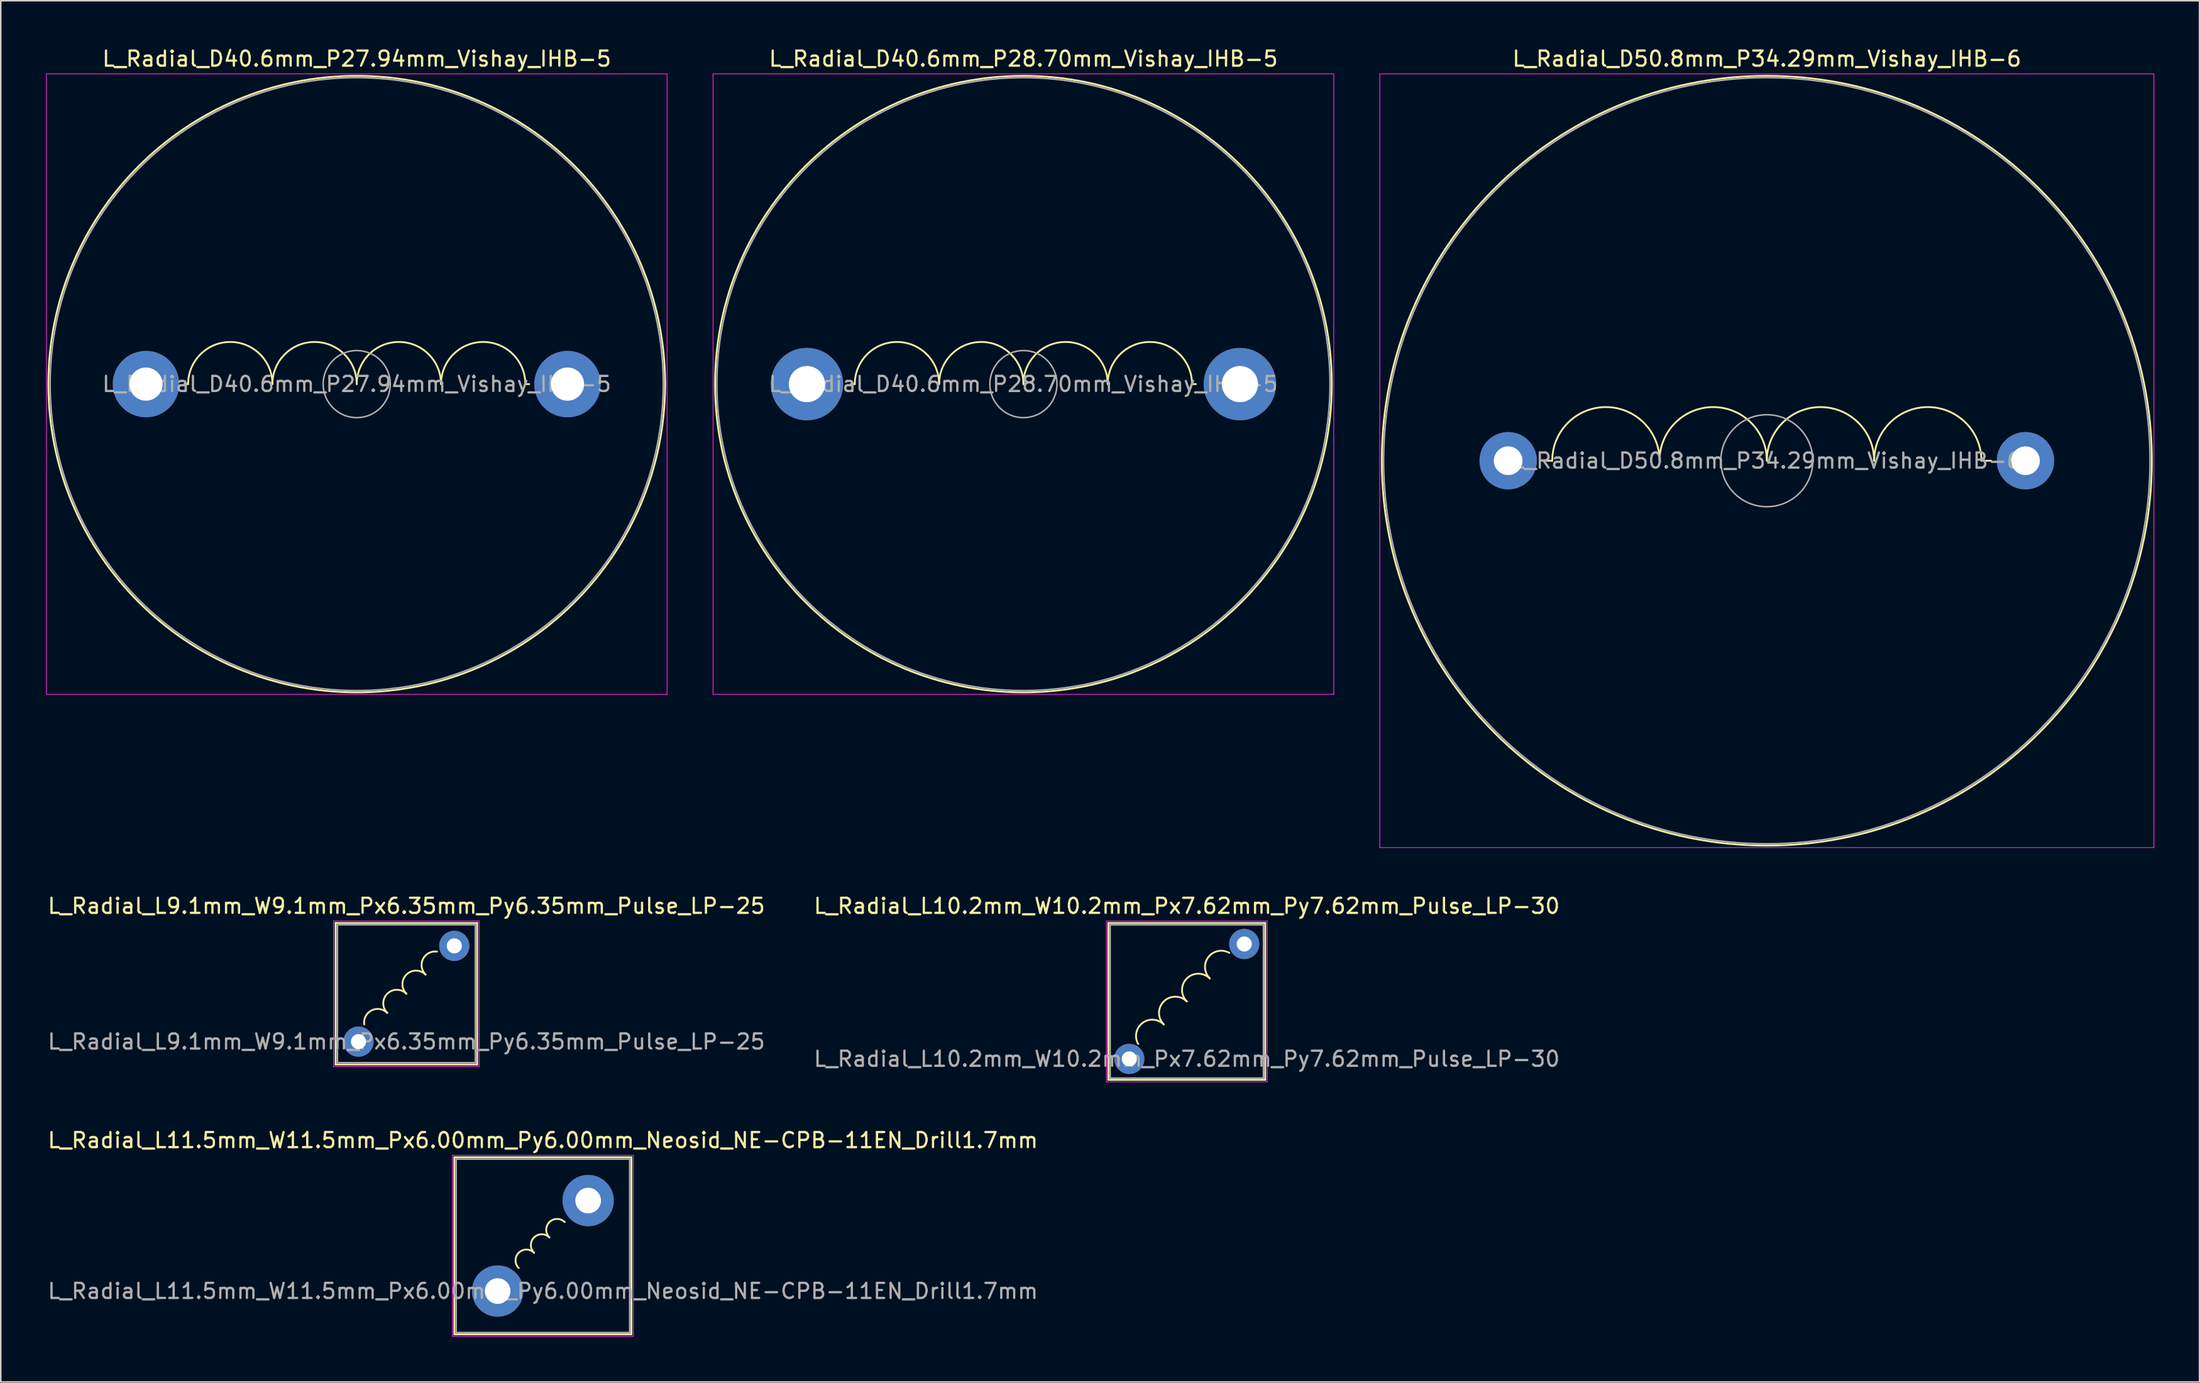
<source format=kicad_pcb>
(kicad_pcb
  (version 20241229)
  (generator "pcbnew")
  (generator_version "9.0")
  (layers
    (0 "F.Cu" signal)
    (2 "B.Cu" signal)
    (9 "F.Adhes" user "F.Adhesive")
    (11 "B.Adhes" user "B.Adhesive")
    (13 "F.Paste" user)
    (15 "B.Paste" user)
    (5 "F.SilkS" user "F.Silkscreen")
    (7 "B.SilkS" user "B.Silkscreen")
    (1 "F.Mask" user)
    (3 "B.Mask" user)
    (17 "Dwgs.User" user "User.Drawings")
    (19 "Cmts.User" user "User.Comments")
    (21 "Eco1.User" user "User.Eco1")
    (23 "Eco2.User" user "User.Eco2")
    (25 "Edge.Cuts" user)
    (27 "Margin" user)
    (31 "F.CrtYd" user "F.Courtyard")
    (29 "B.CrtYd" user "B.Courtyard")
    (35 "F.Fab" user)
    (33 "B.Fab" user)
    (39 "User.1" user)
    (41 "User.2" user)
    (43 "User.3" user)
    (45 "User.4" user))
  (footprint "L_Radial_L11.5mm_W11.5mm_Px6.00mm_Py6.00mm_Neosid_NE-CPB-11EN_Drill1.7mm"
    (layer "F.Cu")
    (at 29.935 82.555)
    (property "Reference" "L_Radial_L11.5mm_W11.5mm_Px6.00mm_Py6.00mm_Neosid_NE-CPB-11EN_Drill1.7mm" (at 3 -10 0) (layer "F.SilkS") (effects (font (size 1 1) (thickness 0.15))))
    (attr through_hole)
    (fp_line (start -2.87 -8.87) (end -2.87 2.87) (stroke (width 0.12) (type solid)) (layer "F.SilkS"))
    (fp_line (start -2.87 -8.87) (end 8.87 -8.87) (stroke (width 0.12) (type solid)) (layer "F.SilkS"))
    (fp_line (start -2.87 2.87) (end 8.87 2.87) (stroke (width 0.12) (type solid)) (layer "F.SilkS"))
    (fp_line (start 8.87 -8.87) (end 8.87 2.87) (stroke (width 0.12) (type solid)) (layer "F.SilkS"))
    (fp_arc (start 1.396996 -1.523996) (mid 1.396996 -2.539998) (end 2.412998 -2.539998) (stroke (width 0.12) (type solid)) (layer "F.SilkS"))
    (fp_arc (start 2.412998 -2.539998) (mid 2.412998 -3.556) (end 3.429 -3.556) (stroke (width 0.12) (type solid)) (layer "F.SilkS"))
    (fp_arc (start 3.429 -3.556) (mid 3.429 -4.571998) (end 4.444998 -4.571998) (stroke (width 0.12) (type solid)) (layer "F.SilkS"))
    (fp_line (start -3 -9) (end -3 3) (stroke (width 0.05) (type solid)) (layer "F.CrtYd"))
    (fp_line (start -3 3) (end 9 3) (stroke (width 0.05) (type solid)) (layer "F.CrtYd"))
    (fp_line (start 9 -9) (end -3 -9) (stroke (width 0.05) (type solid)) (layer "F.CrtYd"))
    (fp_line (start 9 3) (end 9 -9) (stroke (width 0.05) (type solid)) (layer "F.CrtYd"))
    (fp_line (start -2.75 -8.75) (end -2.75 2.75) (stroke (width 0.1) (type solid)) (layer "F.Fab"))
    (fp_line (start -2.75 2.75) (end 8.75 2.75) (stroke (width 0.1) (type solid)) (layer "F.Fab"))
    (fp_line (start 8.75 -8.75) (end -2.75 -8.75) (stroke (width 0.1) (type solid)) (layer "F.Fab"))
    (fp_line (start 8.75 2.75) (end 8.75 -8.75) (stroke (width 0.1) (type solid)) (layer "F.Fab"))
    (fp_text user "${REFERENCE}" (at 3 0 0) (layer "F.Fab") (effects (font (size 1 1) (thickness 0.15))))
    (pad "1" thru_hole circle (at 0 0) (size 3.4 3.4) (drill 1.7) (layers "*.Cu" "*.Mask"))
    (pad "2" thru_hole circle (at 6 -6) (size 3.4 3.4) (drill 1.7) (layers "*.Cu" "*.Mask")))
  (footprint "L_Radial_D40.6mm_P28.70mm_Vishay_IHB-5"
    (layer "F.Cu")
    (at 50.435 22.418)
    (property "Reference" "L_Radial_D40.6mm_P28.70mm_Vishay_IHB-5" (at 14.35 -21.57 0) (layer "F.SilkS") (effects (font (size 1 1) (thickness 0.15))))
    (attr through_hole)
    (fp_line (start 3.174 0) (end 2.92 0) (stroke (width 0.12) (type solid)) (layer "F.SilkS"))
    (fp_line (start 25.526 0) (end 25.78 0) (stroke (width 0.12) (type solid)) (layer "F.SilkS"))
    (fp_arc (start 3.174 0) (mid 5.968 -2.794) (end 8.762 0) (stroke (width 0.12) (type solid)) (layer "F.SilkS"))
    (fp_arc (start 8.762 0) (mid 11.556 -2.794) (end 14.35 0) (stroke (width 0.12) (type solid)) (layer "F.SilkS"))
    (fp_arc (start 14.35 0) (mid 17.144 -2.794) (end 19.938 0) (stroke (width 0.12) (type solid)) (layer "F.SilkS"))
    (fp_arc (start 19.938 0) (mid 22.732 -2.794) (end 25.526 0) (stroke (width 0.12) (type solid)) (layer "F.SilkS"))
    (fp_circle (center 14.35 0) (end 34.79 0) (stroke (width 0.12) (type solid)) (fill no) (layer "F.SilkS"))
    (fp_line (start -6.22 -20.57) (end -6.22 20.57) (stroke (width 0.05) (type solid)) (layer "F.CrtYd"))
    (fp_line (start -6.22 20.57) (end 34.92 20.57) (stroke (width 0.05) (type solid)) (layer "F.CrtYd"))
    (fp_line (start 34.92 -20.57) (end -6.22 -20.57) (stroke (width 0.05) (type solid)) (layer "F.CrtYd"))
    (fp_line (start 34.92 20.57) (end 34.92 -20.57) (stroke (width 0.05) (type solid)) (layer "F.CrtYd"))
    (fp_circle (center 14.35 0) (end 16.575 0) (stroke (width 0.1) (type solid)) (fill no) (layer "F.Fab"))
    (fp_circle (center 14.35 0) (end 34.67 0) (stroke (width 0.1) (type solid)) (fill no) (layer "F.Fab"))
    (fp_text user "${REFERENCE}" (at 14.35 0 0) (layer "F.Fab") (effects (font (size 1 1) (thickness 0.15))))
    (pad "1" thru_hole circle (at 0 0) (size 4.8 4.8) (drill 2.4) (layers "*.Cu" "*.Mask"))
    (pad "2" thru_hole circle (at 28.7 0) (size 4.8 4.8) (drill 2.4) (layers "*.Cu" "*.Mask")))
  (footprint "L_Radial_L9.1mm_W9.1mm_Px6.35mm_Py6.35mm_Pulse_LP-25"
    (layer "F.Cu")
    (at 20.712 66.016)
    (property "Reference" "L_Radial_L9.1mm_W9.1mm_Px6.35mm_Py6.35mm_Pulse_LP-25" (at 3.175 -8.995 0) (layer "F.SilkS") (effects (font (size 1 1) (thickness 0.15))))
    (attr through_hole)
    (fp_line (start -1.515 -7.865) (end -1.515 1.515) (stroke (width 0.12) (type solid)) (layer "F.SilkS"))
    (fp_line (start -1.515 -7.865) (end 7.865 -7.865) (stroke (width 0.12) (type solid)) (layer "F.SilkS"))
    (fp_line (start -1.515 1.515) (end 7.865 1.515) (stroke (width 0.12) (type solid)) (layer "F.SilkS"))
    (fp_line (start 7.865 -7.865) (end 7.865 1.515) (stroke (width 0.12) (type solid)) (layer "F.SilkS"))
    (fp_arc (start 0.381001 -1.143) (mid 0.868391 -2.073218) (end 1.904999 -1.904999) (stroke (width 0.12) (type solid)) (layer "F.SilkS"))
    (fp_arc (start 1.905001 -1.905001) (mid 1.905001 -3.174999) (end 3.174999 -3.174999) (stroke (width 0.12) (type solid)) (layer "F.SilkS"))
    (fp_arc (start 3.175001 -3.175001) (mid 3.175001 -4.444999) (end 4.444999 -4.444999) (stroke (width 0.12) (type solid)) (layer "F.SilkS"))
    (fp_arc (start 4.445001 -4.445001) (mid 4.276783 -5.481609) (end 5.207 -5.968999) (stroke (width 0.12) (type solid)) (layer "F.SilkS"))
    (fp_line (start -1.65 -8) (end -1.65 1.65) (stroke (width 0.05) (type solid)) (layer "F.CrtYd"))
    (fp_line (start -1.65 1.65) (end 8 1.65) (stroke (width 0.05) (type solid)) (layer "F.CrtYd"))
    (fp_line (start 8 -8) (end -1.65 -8) (stroke (width 0.05) (type solid)) (layer "F.CrtYd"))
    (fp_line (start 8 1.65) (end 8 -8) (stroke (width 0.05) (type solid)) (layer "F.CrtYd"))
    (fp_line (start -1.395 -7.745) (end -1.395 1.395) (stroke (width 0.1) (type solid)) (layer "F.Fab"))
    (fp_line (start -1.395 1.395) (end 7.745 1.395) (stroke (width 0.1) (type solid)) (layer "F.Fab"))
    (fp_line (start 7.745 -7.745) (end -1.395 -7.745) (stroke (width 0.1) (type solid)) (layer "F.Fab"))
    (fp_line (start 7.745 1.395) (end 7.745 -7.745) (stroke (width 0.1) (type solid)) (layer "F.Fab"))
    (fp_text user "${REFERENCE}" (at 3.175 0 0) (layer "F.Fab") (effects (font (size 1 1) (thickness 0.15))))
    (pad "1" thru_hole circle (at 0 0) (size 2 2) (drill 1) (layers "*.Cu" "*.Mask"))
    (pad "2" thru_hole circle (at 6.35 -6.35) (size 2 2) (drill 1) (layers "*.Cu" "*.Mask")))
  (footprint "L_Radial_D50.8mm_P34.29mm_Vishay_IHB-6"
    (layer "F.Cu")
    (at 96.915 27.498)
    (property "Reference" "L_Radial_D50.8mm_P34.29mm_Vishay_IHB-6" (at 17.145 -26.65 0) (layer "F.SilkS") (effects (font (size 1 1) (thickness 0.15))))
    (attr through_hole)
    (fp_line (start 2.921 0) (end 2.286 0) (stroke (width 0.12) (type solid)) (layer "F.SilkS"))
    (fp_line (start 31.369 0) (end 32.004 0) (stroke (width 0.12) (type solid)) (layer "F.SilkS"))
    (fp_arc (start 2.921 0) (mid 6.477 -3.556) (end 10.033 0) (stroke (width 0.12) (type solid)) (layer "F.SilkS"))
    (fp_arc (start 10.033 0) (mid 13.589 -3.556) (end 17.145 0) (stroke (width 0.12) (type solid)) (layer "F.SilkS"))
    (fp_arc (start 17.145 0) (mid 20.701 -3.556) (end 24.257 0) (stroke (width 0.12) (type solid)) (layer "F.SilkS"))
    (fp_arc (start 24.257 0) (mid 27.813 -3.556) (end 31.369 0) (stroke (width 0.12) (type solid)) (layer "F.SilkS"))
    (fp_circle (center 17.145 0) (end 42.665 0) (stroke (width 0.12) (type solid)) (fill no) (layer "F.SilkS"))
    (fp_line (start -8.51 -25.65) (end -8.51 25.65) (stroke (width 0.05) (type solid)) (layer "F.CrtYd"))
    (fp_line (start -8.51 25.65) (end 42.8 25.65) (stroke (width 0.05) (type solid)) (layer "F.CrtYd"))
    (fp_line (start 42.8 -25.65) (end -8.51 -25.65) (stroke (width 0.05) (type solid)) (layer "F.CrtYd"))
    (fp_line (start 42.8 25.65) (end 42.8 -25.65) (stroke (width 0.05) (type solid)) (layer "F.CrtYd"))
    (fp_circle (center 17.145 0) (end 20.195 0) (stroke (width 0.1) (type solid)) (fill no) (layer "F.Fab"))
    (fp_circle (center 17.145 0) (end 42.545 0) (stroke (width 0.1) (type solid)) (fill no) (layer "F.Fab"))
    (fp_text user "${REFERENCE}" (at 17.145 0 0) (layer "F.Fab") (effects (font (size 1 1) (thickness 0.15))))
    (pad "1" thru_hole circle (at 0 0) (size 3.8 3.8) (drill 1.9) (layers "*.Cu" "*.Mask"))
    (pad "2" thru_hole circle (at 34.29 0) (size 3.8 3.8) (drill 1.9) (layers "*.Cu" "*.Mask")))
  (footprint "L_Radial_L10.2mm_W10.2mm_Px7.62mm_Py7.62mm_Pulse_LP-30"
    (layer "F.Cu")
    (at 71.803 67.162)
    (property "Reference" "L_Radial_L10.2mm_W10.2mm_Px7.62mm_Py7.62mm_Pulse_LP-30" (at 3.81 -10.14 0) (layer "F.SilkS") (effects (font (size 1 1) (thickness 0.15))))
    (attr through_hole)
    (fp_line (start -1.39 -9.01) (end -1.39 1.39) (stroke (width 0.12) (type solid)) (layer "F.SilkS"))
    (fp_line (start -1.39 -9.01) (end 9.01 -9.01) (stroke (width 0.12) (type solid)) (layer "F.SilkS"))
    (fp_line (start -1.39 1.39) (end 9.01 1.39) (stroke (width 0.12) (type solid)) (layer "F.SilkS"))
    (fp_line (start 9.01 -9.01) (end 9.01 1.39) (stroke (width 0.12) (type solid)) (layer "F.SilkS"))
    (fp_arc (start 0.588353 -0.989345) (mid 0.869884 -2.380402) (end 2.286001 -2.286001) (stroke (width 0.12) (type solid)) (layer "F.SilkS"))
    (fp_arc (start 2.285999 -2.285999) (mid 2.285999 -3.810001) (end 3.810001 -3.810001) (stroke (width 0.12) (type solid)) (layer "F.SilkS"))
    (fp_arc (start 3.809999 -3.809999) (mid 3.809999 -5.334001) (end 5.334001 -5.334001) (stroke (width 0.12) (type solid)) (layer "F.SilkS"))
    (fp_arc (start 5.334001 -5.334001) (mid 5.239601 -6.750114) (end 6.630654 -7.031644) (stroke (width 0.12) (type solid)) (layer "F.SilkS"))
    (fp_line (start -1.52 -9.14) (end -1.52 1.52) (stroke (width 0.05) (type solid)) (layer "F.CrtYd"))
    (fp_line (start -1.52 1.52) (end 9.14 1.52) (stroke (width 0.05) (type solid)) (layer "F.CrtYd"))
    (fp_line (start 9.14 -9.14) (end -1.52 -9.14) (stroke (width 0.05) (type solid)) (layer "F.CrtYd"))
    (fp_line (start 9.14 1.52) (end 9.14 -9.14) (stroke (width 0.05) (type solid)) (layer "F.CrtYd"))
    (fp_line (start -1.27 -8.89) (end -1.27 1.27) (stroke (width 0.1) (type solid)) (layer "F.Fab"))
    (fp_line (start -1.27 1.27) (end 8.89 1.27) (stroke (width 0.1) (type solid)) (layer "F.Fab"))
    (fp_line (start 8.89 -8.89) (end -1.27 -8.89) (stroke (width 0.1) (type solid)) (layer "F.Fab"))
    (fp_line (start 8.89 1.27) (end 8.89 -8.89) (stroke (width 0.1) (type solid)) (layer "F.Fab"))
    (fp_text user "${REFERENCE}" (at 3.81 0 0) (layer "F.Fab") (effects (font (size 1 1) (thickness 0.15))))
    (pad "1" thru_hole circle (at 0 0) (size 2 2) (drill 1) (layers "*.Cu" "*.Mask"))
    (pad "2" thru_hole circle (at 7.62 -7.62) (size 2 2) (drill 1) (layers "*.Cu" "*.Mask")))
  (footprint "L_Radial_D40.6mm_P27.94mm_Vishay_IHB-5"
    (layer "F.Cu")
    (at 6.625 22.418)
    (property "Reference" "L_Radial_D40.6mm_P27.94mm_Vishay_IHB-5" (at 13.97 -21.57 0) (layer "F.SilkS") (effects (font (size 1 1) (thickness 0.15))))
    (attr through_hole)
    (fp_line (start 2.794 0) (end 2.54 0) (stroke (width 0.12) (type solid)) (layer "F.SilkS"))
    (fp_line (start 25.146 0) (end 25.4 0) (stroke (width 0.12) (type solid)) (layer "F.SilkS"))
    (fp_arc (start 2.794 0) (mid 5.588 -2.794) (end 8.382 0) (stroke (width 0.12) (type solid)) (layer "F.SilkS"))
    (fp_arc (start 8.382 0) (mid 11.176 -2.794) (end 13.97 0) (stroke (width 0.12) (type solid)) (layer "F.SilkS"))
    (fp_arc (start 13.97 0) (mid 16.764 -2.794) (end 19.558 0) (stroke (width 0.12) (type solid)) (layer "F.SilkS"))
    (fp_arc (start 19.558 0) (mid 22.352 -2.794) (end 25.146 0) (stroke (width 0.12) (type solid)) (layer "F.SilkS"))
    (fp_circle (center 13.97 0) (end 34.41 0) (stroke (width 0.12) (type solid)) (fill no) (layer "F.SilkS"))
    (fp_line (start -6.6 -20.57) (end -6.6 20.57) (stroke (width 0.05) (type solid)) (layer "F.CrtYd"))
    (fp_line (start -6.6 20.57) (end 34.54 20.57) (stroke (width 0.05) (type solid)) (layer "F.CrtYd"))
    (fp_line (start 34.54 -20.57) (end -6.6 -20.57) (stroke (width 0.05) (type solid)) (layer "F.CrtYd"))
    (fp_line (start 34.54 20.57) (end 34.54 -20.57) (stroke (width 0.05) (type solid)) (layer "F.CrtYd"))
    (fp_circle (center 13.97 0) (end 16.195 0) (stroke (width 0.1) (type solid)) (fill no) (layer "F.Fab"))
    (fp_circle (center 13.97 0) (end 34.29 0) (stroke (width 0.1) (type solid)) (fill no) (layer "F.Fab"))
    (fp_text user "${REFERENCE}" (at 13.97 0 0) (layer "F.Fab") (effects (font (size 1 1) (thickness 0.15))))
    (pad "1" thru_hole circle (at 0 0) (size 4.4 4.4) (drill 2.2) (layers "*.Cu" "*.Mask"))
    (pad "2" thru_hole circle (at 27.94 0) (size 4.4 4.4) (drill 2.2) (layers "*.Cu" "*.Mask")))
  (gr_rect
    (start -3 -3)
    (end 142.74 88.58)
    (stroke (width 0.1) (type default))
    (fill no)
    (layer "Edge.Cuts")))
</source>
